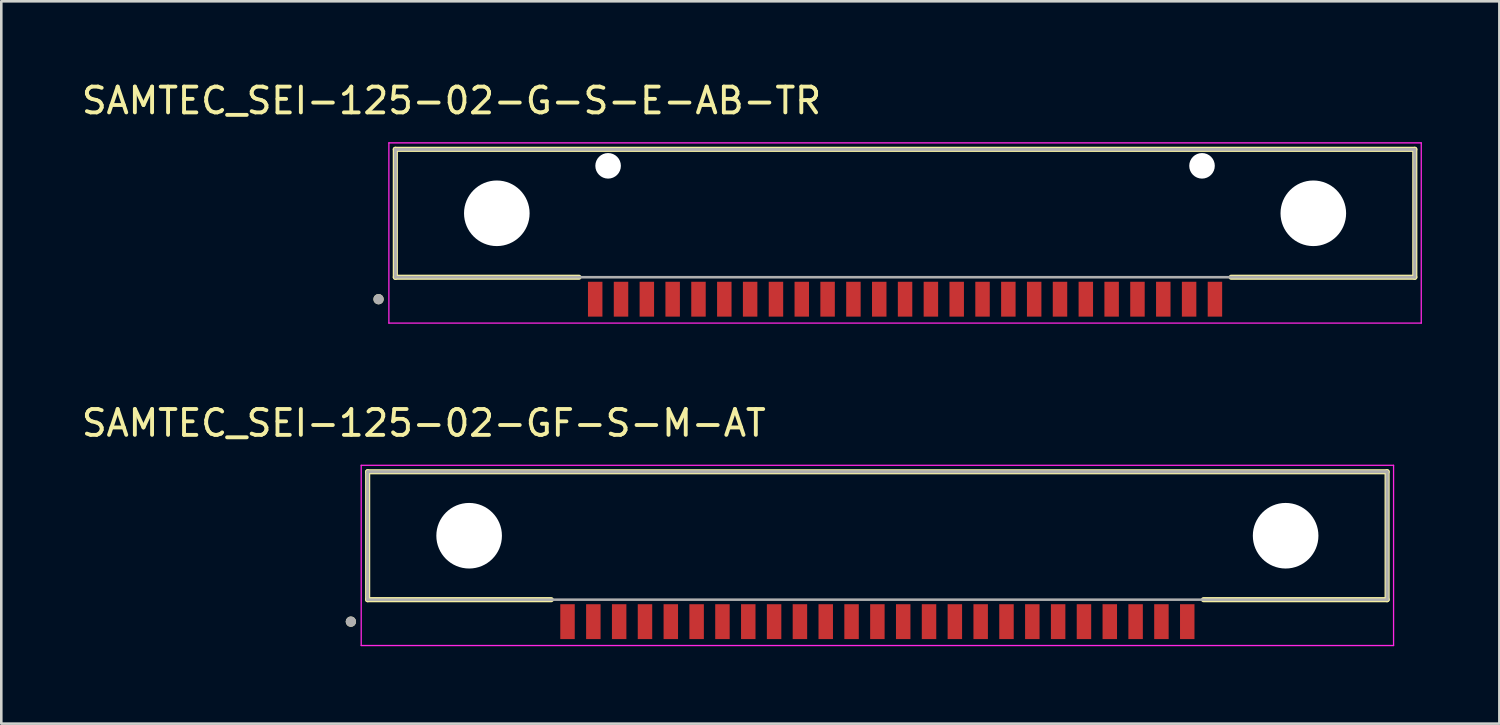
<source format=kicad_pcb>
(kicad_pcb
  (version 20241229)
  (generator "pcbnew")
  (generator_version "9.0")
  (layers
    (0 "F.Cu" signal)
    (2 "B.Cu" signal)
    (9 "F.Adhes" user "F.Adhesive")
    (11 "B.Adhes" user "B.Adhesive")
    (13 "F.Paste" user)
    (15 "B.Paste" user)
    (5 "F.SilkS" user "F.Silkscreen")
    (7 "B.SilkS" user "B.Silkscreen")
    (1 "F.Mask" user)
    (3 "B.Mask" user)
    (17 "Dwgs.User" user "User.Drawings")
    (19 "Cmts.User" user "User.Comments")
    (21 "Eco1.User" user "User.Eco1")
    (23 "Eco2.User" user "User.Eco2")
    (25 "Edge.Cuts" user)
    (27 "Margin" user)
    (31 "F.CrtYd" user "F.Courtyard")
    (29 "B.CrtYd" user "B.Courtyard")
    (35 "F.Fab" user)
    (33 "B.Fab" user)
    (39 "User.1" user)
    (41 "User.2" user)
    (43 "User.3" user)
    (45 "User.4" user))
  (footprint "SAMTEC_SEI-125-02-GF-S-M-AT"
    (layer "F.Cu")
    (at 30.928 17.698)
    (property "Reference" "SAMTEC_SEI-125-02-GF-S-M-AT" (at -17.565 -4.363 0) (layer "F.SilkS") (effects (font (size 1 1) (thickness 0.15))))
    (attr smd)
    (fp_line (start -19.74 -2.478) (end 19.74 -2.478) (stroke (width 0.2) (type solid)) (layer "F.SilkS"))
    (fp_line (start -19.74 2.475) (end -19.74 -2.478) (stroke (width 0.2) (type solid)) (layer "F.SilkS"))
    (fp_line (start -12.63 2.475) (end -19.74 2.475) (stroke (width 0.2) (type solid)) (layer "F.SilkS"))
    (fp_line (start 12.63 2.475) (end 19.74 2.475) (stroke (width 0.2) (type solid)) (layer "F.SilkS"))
    (fp_line (start 19.74 -2.478) (end 19.74 2.475) (stroke (width 0.2) (type solid)) (layer "F.SilkS"))
    (fp_circle (center -20.39 3.326) (end -20.29 3.326) (stroke (width 0.2) (type solid)) (fill no) (layer "F.SilkS"))
    (fp_line (start -19.99 -2.728) (end 19.99 -2.728) (stroke (width 0.05) (type solid)) (layer "F.CrtYd"))
    (fp_line (start -19.99 4.251) (end -19.99 -2.728) (stroke (width 0.05) (type solid)) (layer "F.CrtYd"))
    (fp_line (start 19.99 -2.728) (end 19.99 4.251) (stroke (width 0.05) (type solid)) (layer "F.CrtYd"))
    (fp_line (start 19.99 4.251) (end -19.99 4.251) (stroke (width 0.05) (type solid)) (layer "F.CrtYd"))
    (fp_line (start -19.74 -2.478) (end 19.74 -2.478) (stroke (width 0.1) (type solid)) (layer "F.Fab"))
    (fp_line (start -19.74 -2.478) (end 19.74 -2.478) (stroke (width 0.1) (type solid)) (layer "F.Fab"))
    (fp_line (start -19.74 2.475) (end -19.74 -2.478) (stroke (width 0.1) (type solid)) (layer "F.Fab"))
    (fp_line (start -19.74 2.475) (end -19.74 -2.478) (stroke (width 0.1) (type solid)) (layer "F.Fab"))
    (fp_line (start 19.74 -2.478) (end 19.74 2.475) (stroke (width 0.1) (type solid)) (layer "F.Fab"))
    (fp_line (start 19.74 -2.478) (end 19.74 2.475) (stroke (width 0.1) (type solid)) (layer "F.Fab"))
    (fp_line (start 19.74 2.475) (end -19.74 2.475) (stroke (width 0.1) (type solid)) (layer "F.Fab"))
    (fp_circle (center -20.39 3.326) (end -20.29 3.326) (stroke (width 0.2) (type solid)) (fill no) (layer "F.Fab"))
    (pad "" np_thru_hole circle (at -15.81 -0.001) (size 2.54 2.54) (drill 2.54) (layers "*.Cu" "*.Mask"))
    (pad "" np_thru_hole circle (at 15.81 -0.001) (size 2.54 2.54) (drill 2.54) (layers "*.Cu" "*.Mask"))
    (pad "1" smd rect (at -12 3.326) (size 0.56 1.35) (layers "F.Cu" "F.Mask" "F.Paste"))
    (pad "2" smd rect (at -11 3.326) (size 0.56 1.35) (layers "F.Cu" "F.Mask" "F.Paste"))
    (pad "3" smd rect (at -10 3.326) (size 0.56 1.35) (layers "F.Cu" "F.Mask" "F.Paste"))
    (pad "4" smd rect (at -9 3.326) (size 0.56 1.35) (layers "F.Cu" "F.Mask" "F.Paste"))
    (pad "5" smd rect (at -8 3.326) (size 0.56 1.35) (layers "F.Cu" "F.Mask" "F.Paste"))
    (pad "6" smd rect (at -7 3.326) (size 0.56 1.35) (layers "F.Cu" "F.Mask" "F.Paste"))
    (pad "7" smd rect (at -6 3.326) (size 0.56 1.35) (layers "F.Cu" "F.Mask" "F.Paste"))
    (pad "8" smd rect (at -5 3.326) (size 0.56 1.35) (layers "F.Cu" "F.Mask" "F.Paste"))
    (pad "9" smd rect (at -4 3.326) (size 0.56 1.35) (layers "F.Cu" "F.Mask" "F.Paste"))
    (pad "10" smd rect (at -3 3.326) (size 0.56 1.35) (layers "F.Cu" "F.Mask" "F.Paste"))
    (pad "11" smd rect (at -2 3.326) (size 0.56 1.35) (layers "F.Cu" "F.Mask" "F.Paste"))
    (pad "12" smd rect (at -1 3.326) (size 0.56 1.35) (layers "F.Cu" "F.Mask" "F.Paste"))
    (pad "13" smd rect (at 0 3.326) (size 0.56 1.35) (layers "F.Cu" "F.Mask" "F.Paste"))
    (pad "14" smd rect (at 1 3.326) (size 0.56 1.35) (layers "F.Cu" "F.Mask" "F.Paste"))
    (pad "15" smd rect (at 2 3.326) (size 0.56 1.35) (layers "F.Cu" "F.Mask" "F.Paste"))
    (pad "16" smd rect (at 3 3.326) (size 0.56 1.35) (layers "F.Cu" "F.Mask" "F.Paste"))
    (pad "17" smd rect (at 4 3.326) (size 0.56 1.35) (layers "F.Cu" "F.Mask" "F.Paste"))
    (pad "18" smd rect (at 5 3.326) (size 0.56 1.35) (layers "F.Cu" "F.Mask" "F.Paste"))
    (pad "19" smd rect (at 6 3.326) (size 0.56 1.35) (layers "F.Cu" "F.Mask" "F.Paste"))
    (pad "20" smd rect (at 7 3.326) (size 0.56 1.35) (layers "F.Cu" "F.Mask" "F.Paste"))
    (pad "21" smd rect (at 8 3.326) (size 0.56 1.35) (layers "F.Cu" "F.Mask" "F.Paste"))
    (pad "22" smd rect (at 9 3.326) (size 0.56 1.35) (layers "F.Cu" "F.Mask" "F.Paste"))
    (pad "23" smd rect (at 10 3.326) (size 0.56 1.35) (layers "F.Cu" "F.Mask" "F.Paste"))
    (pad "24" smd rect (at 11 3.326) (size 0.56 1.35) (layers "F.Cu" "F.Mask" "F.Paste"))
    (pad "25" smd rect (at 12 3.326) (size 0.56 1.35) (layers "F.Cu" "F.Mask" "F.Paste")))
  (footprint "SAMTEC_SEI-125-02-G-S-E-AB-TR"
    (layer "F.Cu")
    (at 32 5.211)
    (property "Reference" "SAMTEC_SEI-125-02-G-S-E-AB-TR" (at -17.565 -4.363 0) (layer "F.SilkS") (effects (font (size 1 1) (thickness 0.15))))
    (attr smd)
    (fp_line (start -19.74 -2.478) (end 19.74 -2.478) (stroke (width 0.2) (type solid)) (layer "F.SilkS"))
    (fp_line (start -19.74 2.475) (end -19.74 -2.478) (stroke (width 0.2) (type solid)) (layer "F.SilkS"))
    (fp_line (start -12.63 2.475) (end -19.74 2.475) (stroke (width 0.2) (type solid)) (layer "F.SilkS"))
    (fp_line (start 12.63 2.475) (end 19.74 2.475) (stroke (width 0.2) (type solid)) (layer "F.SilkS"))
    (fp_line (start 19.74 -2.478) (end 19.74 2.475) (stroke (width 0.2) (type solid)) (layer "F.SilkS"))
    (fp_circle (center -20.39 3.326) (end -20.29 3.326) (stroke (width 0.2) (type solid)) (fill no) (layer "F.SilkS"))
    (fp_line (start -19.99 -2.728) (end 19.99 -2.728) (stroke (width 0.05) (type solid)) (layer "F.CrtYd"))
    (fp_line (start -19.99 4.251) (end -19.99 -2.728) (stroke (width 0.05) (type solid)) (layer "F.CrtYd"))
    (fp_line (start 19.99 -2.728) (end 19.99 4.251) (stroke (width 0.05) (type solid)) (layer "F.CrtYd"))
    (fp_line (start 19.99 4.251) (end -19.99 4.251) (stroke (width 0.05) (type solid)) (layer "F.CrtYd"))
    (fp_line (start -19.74 -2.478) (end 19.74 -2.478) (stroke (width 0.1) (type solid)) (layer "F.Fab"))
    (fp_line (start -19.74 -2.478) (end 19.74 -2.478) (stroke (width 0.1) (type solid)) (layer "F.Fab"))
    (fp_line (start -19.74 2.475) (end -19.74 -2.478) (stroke (width 0.1) (type solid)) (layer "F.Fab"))
    (fp_line (start -19.74 2.475) (end -19.74 -2.478) (stroke (width 0.1) (type solid)) (layer "F.Fab"))
    (fp_line (start 19.74 -2.478) (end 19.74 2.475) (stroke (width 0.1) (type solid)) (layer "F.Fab"))
    (fp_line (start 19.74 -2.478) (end 19.74 2.475) (stroke (width 0.1) (type solid)) (layer "F.Fab"))
    (fp_line (start 19.74 2.475) (end -19.74 2.475) (stroke (width 0.1) (type solid)) (layer "F.Fab"))
    (fp_circle (center -20.39 3.326) (end -20.29 3.326) (stroke (width 0.2) (type solid)) (fill no) (layer "F.Fab"))
    (pad "" np_thru_hole circle (at -15.81 -0.001) (size 2.54 2.54) (drill 2.54) (layers "*.Cu" "*.Mask"))
    (pad "" np_thru_hole circle (at -11.5 -1.839) (size 0.99 0.99) (drill 0.99) (layers "*.Cu" "*.Mask"))
    (pad "" np_thru_hole circle (at 11.5 -1.839) (size 0.99 0.99) (drill 0.99) (layers "*.Cu" "*.Mask"))
    (pad "" np_thru_hole circle (at 15.81 -0.001) (size 2.54 2.54) (drill 2.54) (layers "*.Cu" "*.Mask"))
    (pad "01" smd rect (at -12 3.326) (size 0.56 1.35) (layers "F.Cu" "F.Mask" "F.Paste"))
    (pad "02" smd rect (at -11 3.326) (size 0.56 1.35) (layers "F.Cu" "F.Mask" "F.Paste"))
    (pad "03" smd rect (at -10 3.326) (size 0.56 1.35) (layers "F.Cu" "F.Mask" "F.Paste"))
    (pad "04" smd rect (at -9 3.326) (size 0.56 1.35) (layers "F.Cu" "F.Mask" "F.Paste"))
    (pad "05" smd rect (at -8 3.326) (size 0.56 1.35) (layers "F.Cu" "F.Mask" "F.Paste"))
    (pad "06" smd rect (at -7 3.326) (size 0.56 1.35) (layers "F.Cu" "F.Mask" "F.Paste"))
    (pad "07" smd rect (at -6 3.326) (size 0.56 1.35) (layers "F.Cu" "F.Mask" "F.Paste"))
    (pad "08" smd rect (at -5 3.326) (size 0.56 1.35) (layers "F.Cu" "F.Mask" "F.Paste"))
    (pad "09" smd rect (at -4 3.326) (size 0.56 1.35) (layers "F.Cu" "F.Mask" "F.Paste"))
    (pad "10" smd rect (at -3 3.326) (size 0.56 1.35) (layers "F.Cu" "F.Mask" "F.Paste"))
    (pad "11" smd rect (at -2 3.326) (size 0.56 1.35) (layers "F.Cu" "F.Mask" "F.Paste"))
    (pad "12" smd rect (at -1 3.326) (size 0.56 1.35) (layers "F.Cu" "F.Mask" "F.Paste"))
    (pad "13" smd rect (at 0 3.326) (size 0.56 1.35) (layers "F.Cu" "F.Mask" "F.Paste"))
    (pad "14" smd rect (at 1 3.326) (size 0.56 1.35) (layers "F.Cu" "F.Mask" "F.Paste"))
    (pad "15" smd rect (at 2 3.326) (size 0.56 1.35) (layers "F.Cu" "F.Mask" "F.Paste"))
    (pad "16" smd rect (at 3 3.326) (size 0.56 1.35) (layers "F.Cu" "F.Mask" "F.Paste"))
    (pad "17" smd rect (at 4 3.326) (size 0.56 1.35) (layers "F.Cu" "F.Mask" "F.Paste"))
    (pad "18" smd rect (at 5 3.326) (size 0.56 1.35) (layers "F.Cu" "F.Mask" "F.Paste"))
    (pad "19" smd rect (at 6 3.326) (size 0.56 1.35) (layers "F.Cu" "F.Mask" "F.Paste"))
    (pad "20" smd rect (at 7 3.326) (size 0.56 1.35) (layers "F.Cu" "F.Mask" "F.Paste"))
    (pad "21" smd rect (at 8 3.326) (size 0.56 1.35) (layers "F.Cu" "F.Mask" "F.Paste"))
    (pad "22" smd rect (at 9 3.326) (size 0.56 1.35) (layers "F.Cu" "F.Mask" "F.Paste"))
    (pad "23" smd rect (at 10 3.326) (size 0.56 1.35) (layers "F.Cu" "F.Mask" "F.Paste"))
    (pad "24" smd rect (at 11 3.326) (size 0.56 1.35) (layers "F.Cu" "F.Mask" "F.Paste"))
    (pad "25" smd rect (at 12 3.326) (size 0.56 1.35) (layers "F.Cu" "F.Mask" "F.Paste")))
  (gr_rect
    (start -3 -3)
    (end 55.015 24.974)
    (stroke (width 0.1) (type default))
    (fill no)
    (layer "Edge.Cuts")))
</source>
